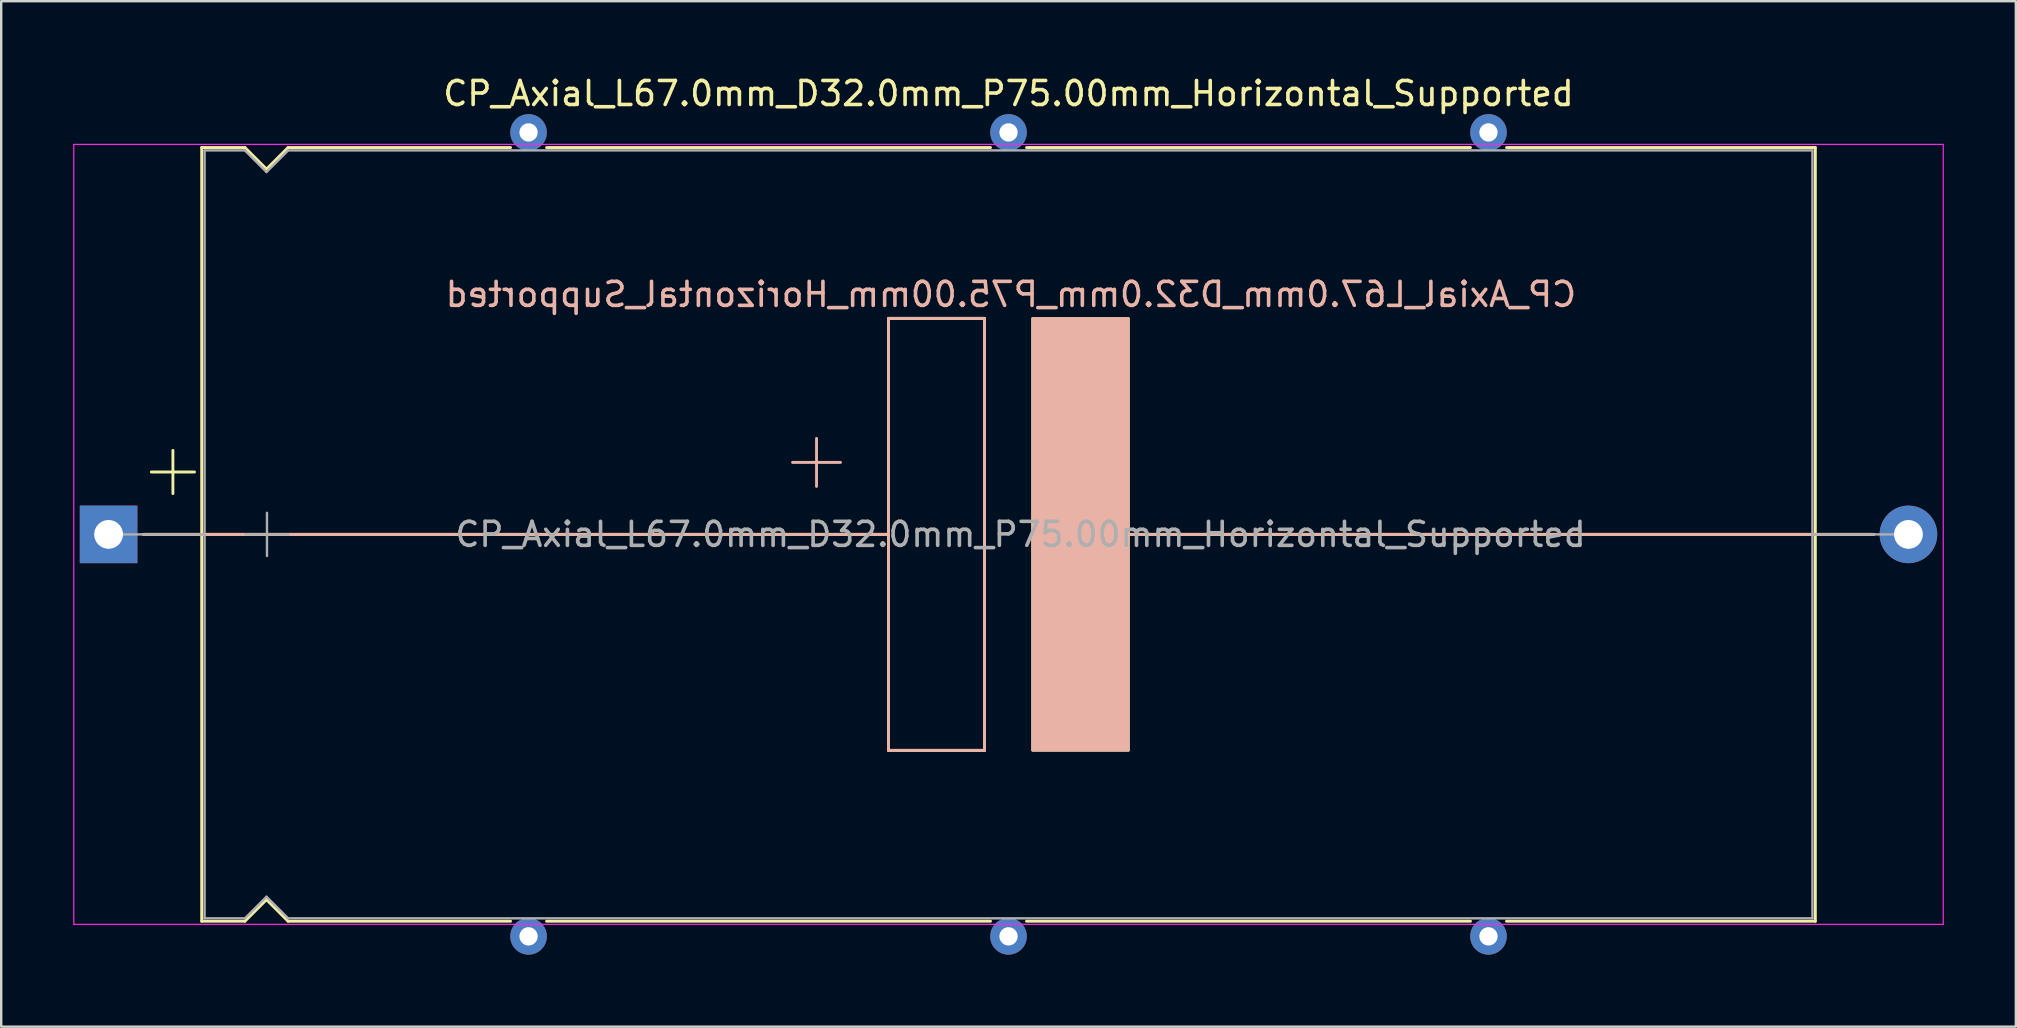
<source format=kicad_pcb>
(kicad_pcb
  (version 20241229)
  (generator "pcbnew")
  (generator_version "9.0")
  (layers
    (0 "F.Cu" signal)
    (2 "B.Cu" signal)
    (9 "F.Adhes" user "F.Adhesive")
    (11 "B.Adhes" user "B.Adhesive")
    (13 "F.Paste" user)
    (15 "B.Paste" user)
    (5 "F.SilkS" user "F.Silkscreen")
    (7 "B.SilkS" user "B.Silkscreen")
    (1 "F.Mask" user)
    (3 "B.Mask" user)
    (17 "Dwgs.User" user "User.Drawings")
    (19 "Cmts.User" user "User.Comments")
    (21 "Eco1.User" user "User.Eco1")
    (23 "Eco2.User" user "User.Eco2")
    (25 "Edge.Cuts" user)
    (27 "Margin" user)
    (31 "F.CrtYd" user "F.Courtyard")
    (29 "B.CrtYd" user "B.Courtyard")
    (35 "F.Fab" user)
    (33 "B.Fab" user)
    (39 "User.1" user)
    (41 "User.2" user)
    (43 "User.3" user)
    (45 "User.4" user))
  (footprint "CP_Axial_L67.0mm_D32.0mm_P75.00mm_Horizontal_Supported"
    (layer "F.Cu")
    (at 1.475 19.218)
    (property "Reference" "CP_Axial_L67.0mm_D32.0mm_P75.00mm_Horizontal_Supported" (at 37.5 -18.37 0) (layer "F.SilkS") (effects (font (size 1 1) (thickness 0.15))))
    (fp_line (start 1.44 0) (end 3.88 0) (stroke (width 0.12) (type solid)) (layer "F.SilkS"))
    (fp_line (start 1.78 -2.6) (end 3.58 -2.6) (stroke (width 0.12) (type solid)) (layer "F.SilkS"))
    (fp_line (start 2.68 -3.5) (end 2.68 -1.7) (stroke (width 0.12) (type solid)) (layer "F.SilkS"))
    (fp_line (start 3.88 -16.12) (end 3.88 16.12) (stroke (width 0.12) (type solid)) (layer "F.SilkS"))
    (fp_line (start 3.88 -16.12) (end 5.68 -16.12) (stroke (width 0.12) (type solid)) (layer "F.SilkS"))
    (fp_line (start 3.88 0) (end 32.5 0) (stroke (width 0.12) (type solid)) (layer "F.SilkS"))
    (fp_line (start 3.88 16.12) (end 5.68 16.12) (stroke (width 0.12) (type solid)) (layer "F.SilkS"))
    (fp_line (start 5.68 -16.12) (end 6.58 -15.22) (stroke (width 0.12) (type solid)) (layer "F.SilkS"))
    (fp_line (start 5.68 16.12) (end 6.58 15.22) (stroke (width 0.12) (type solid)) (layer "F.SilkS"))
    (fp_line (start 6.58 -15.22) (end 7.48 -16.12) (stroke (width 0.12) (type solid)) (layer "F.SilkS"))
    (fp_line (start 6.58 15.22) (end 7.48 16.12) (stroke (width 0.12) (type solid)) (layer "F.SilkS"))
    (fp_line (start 7.48 -16.12) (end 16.75 -16.12) (stroke (width 0.12) (type solid)) (layer "F.SilkS"))
    (fp_line (start 7.48 16.12) (end 16.75 16.12) (stroke (width 0.12) (type solid)) (layer "F.SilkS"))
    (fp_line (start 18.25 -16.12) (end 36.75 -16.12) (stroke (width 0.12) (type solid)) (layer "F.SilkS"))
    (fp_line (start 18.25 16.12) (end 36.75 16.12) (stroke (width 0.12) (type solid)) (layer "F.SilkS"))
    (fp_line (start 32.5 -9) (end 36.5 -9) (stroke (width 0.12) (type solid)) (layer "F.SilkS"))
    (fp_line (start 32.5 9) (end 32.5 -9) (stroke (width 0.12) (type solid)) (layer "F.SilkS"))
    (fp_line (start 36.5 -9) (end 36.5 9) (stroke (width 0.12) (type solid)) (layer "F.SilkS"))
    (fp_line (start 36.5 9) (end 32.5 9) (stroke (width 0.12) (type solid)) (layer "F.SilkS"))
    (fp_line (start 38.25 -16.12) (end 56.75 -16.12) (stroke (width 0.12) (type solid)) (layer "F.SilkS"))
    (fp_line (start 38.25 16.12) (end 56.75 16.12) (stroke (width 0.12) (type solid)) (layer "F.SilkS"))
    (fp_line (start 42 0) (end 71.12 0) (stroke (width 0.12) (type solid)) (layer "F.SilkS"))
    (fp_line (start 58.25 -16.12) (end 71.12 -16.12) (stroke (width 0.12) (type solid)) (layer "F.SilkS"))
    (fp_line (start 58.25 16.12) (end 71.12 16.12) (stroke (width 0.12) (type solid)) (layer "F.SilkS"))
    (fp_line (start 71.12 -16.12) (end 71.12 16.12) (stroke (width 0.12) (type solid)) (layer "F.SilkS"))
    (fp_line (start 73.56 0) (end 71.12 0) (stroke (width 0.12) (type solid)) (layer "F.SilkS"))
    (fp_poly (pts (xy 42.5 9) (xy 38.5 9) (xy 38.5 -9) (xy 42.5 -9)) (stroke (width 0.1) (type solid)) (fill yes) (layer "F.SilkS"))
    (fp_line (start 1.5 0) (end 4.38 0) (stroke (width 0.12) (type solid)) (layer "B.SilkS"))
    (fp_line (start 4.38 0) (end 32.5 0) (stroke (width 0.12) (type solid)) (layer "B.SilkS"))
    (fp_line (start 29.5 -2) (end 29.5 -4) (stroke (width 0.12) (type solid)) (layer "B.SilkS"))
    (fp_line (start 30.5 -3) (end 28.5 -3) (stroke (width 0.12) (type solid)) (layer "B.SilkS"))
    (fp_line (start 32.5 -9) (end 36.5 -9) (stroke (width 0.12) (type solid)) (layer "B.SilkS"))
    (fp_line (start 32.5 9) (end 32.5 -9) (stroke (width 0.12) (type solid)) (layer "B.SilkS"))
    (fp_line (start 36.5 -9) (end 36.5 9) (stroke (width 0.12) (type solid)) (layer "B.SilkS"))
    (fp_line (start 36.5 9) (end 32.5 9) (stroke (width 0.12) (type solid)) (layer "B.SilkS"))
    (fp_line (start 42.5 0) (end 71.62 0) (stroke (width 0.12) (type solid)) (layer "B.SilkS"))
    (fp_line (start 73.5 0) (end 71.62 0) (stroke (width 0.12) (type solid)) (layer "B.SilkS"))
    (fp_poly (pts (xy 42.5 9) (xy 38.5 9) (xy 38.5 -9) (xy 42.5 -9)) (stroke (width 0.1) (type solid)) (fill yes) (layer "B.SilkS"))
    (fp_line (start -1.45 -16.25) (end -1.45 16.25) (stroke (width 0.05) (type solid)) (layer "F.CrtYd"))
    (fp_line (start -1.45 16.25) (end 76.45 16.25) (stroke (width 0.05) (type solid)) (layer "F.CrtYd"))
    (fp_line (start 76.45 -16.25) (end -1.45 -16.25) (stroke (width 0.05) (type solid)) (layer "F.CrtYd"))
    (fp_line (start 76.45 16.25) (end 76.45 -16.25) (stroke (width 0.05) (type solid)) (layer "F.CrtYd"))
    (fp_line (start 0 0) (end 4 0) (stroke (width 0.1) (type solid)) (layer "F.Fab"))
    (fp_line (start 4 -16) (end 4 16) (stroke (width 0.1) (type solid)) (layer "F.Fab"))
    (fp_line (start 4 -16) (end 5.68 -16) (stroke (width 0.1) (type solid)) (layer "F.Fab"))
    (fp_line (start 4 16) (end 5.68 16) (stroke (width 0.1) (type solid)) (layer "F.Fab"))
    (fp_line (start 5.68 -16) (end 6.58 -15.1) (stroke (width 0.1) (type solid)) (layer "F.Fab"))
    (fp_line (start 5.68 16) (end 6.58 15.1) (stroke (width 0.1) (type solid)) (layer "F.Fab"))
    (fp_line (start 5.7 0) (end 7.5 0) (stroke (width 0.1) (type solid)) (layer "F.Fab"))
    (fp_line (start 6.58 -15.1) (end 7.48 -16) (stroke (width 0.1) (type solid)) (layer "F.Fab"))
    (fp_line (start 6.58 15.1) (end 7.48 16) (stroke (width 0.1) (type solid)) (layer "F.Fab"))
    (fp_line (start 6.6 -0.9) (end 6.6 0.9) (stroke (width 0.1) (type solid)) (layer "F.Fab"))
    (fp_line (start 7.48 -16) (end 71 -16) (stroke (width 0.1) (type solid)) (layer "F.Fab"))
    (fp_line (start 7.48 16) (end 71 16) (stroke (width 0.1) (type solid)) (layer "F.Fab"))
    (fp_line (start 71 -16) (end 71 16) (stroke (width 0.1) (type solid)) (layer "F.Fab"))
    (fp_line (start 75 0) (end 71 0) (stroke (width 0.1) (type solid)) (layer "F.Fab"))
    (fp_text user "${REFERENCE}" (at 37.6 -10 0) (layer "B.SilkS") (effects (font (size 1 1) (thickness 0.15)) (justify mirror)))
    (fp_text user "${REFERENCE}" (at 38 0 0) (layer "F.Fab") (effects (font (size 1 1) (thickness 0.15))))
    (pad "1" thru_hole rect (at 0 0) (size 2.4 2.4) (drill 1.2) (layers "*.Cu" "*.Mask"))
    (pad "2" thru_hole oval (at 75 0) (size 2.4 2.4) (drill 1.2) (layers "*.Cu" "*.Mask"))
    (pad "~" thru_hole circle (at 17.5 -16.75) (size 1.524 1.524) (drill 0.762) (layers "*.Cu" "*.Mask"))
    (pad "~" thru_hole circle (at 17.5 16.75) (size 1.524 1.524) (drill 0.762) (layers "*.Cu" "*.Mask"))
    (pad "~" thru_hole circle (at 37.5 -16.75) (size 1.524 1.524) (drill 0.762) (layers "*.Cu" "*.Mask"))
    (pad "~" thru_hole circle (at 37.5 16.75) (size 1.524 1.524) (drill 0.762) (layers "*.Cu" "*.Mask"))
    (pad "~" thru_hole circle (at 57.5 -16.75) (size 1.524 1.524) (drill 0.762) (layers "*.Cu" "*.Mask"))
    (pad "~" thru_hole circle (at 57.5 16.75) (size 1.524 1.524) (drill 0.762) (layers "*.Cu" "*.Mask")))
  (gr_rect
    (start -3 -3)
    (end 80.95 39.73)
    (stroke (width 0.1) (type default))
    (fill no)
    (layer "Edge.Cuts")))
</source>
